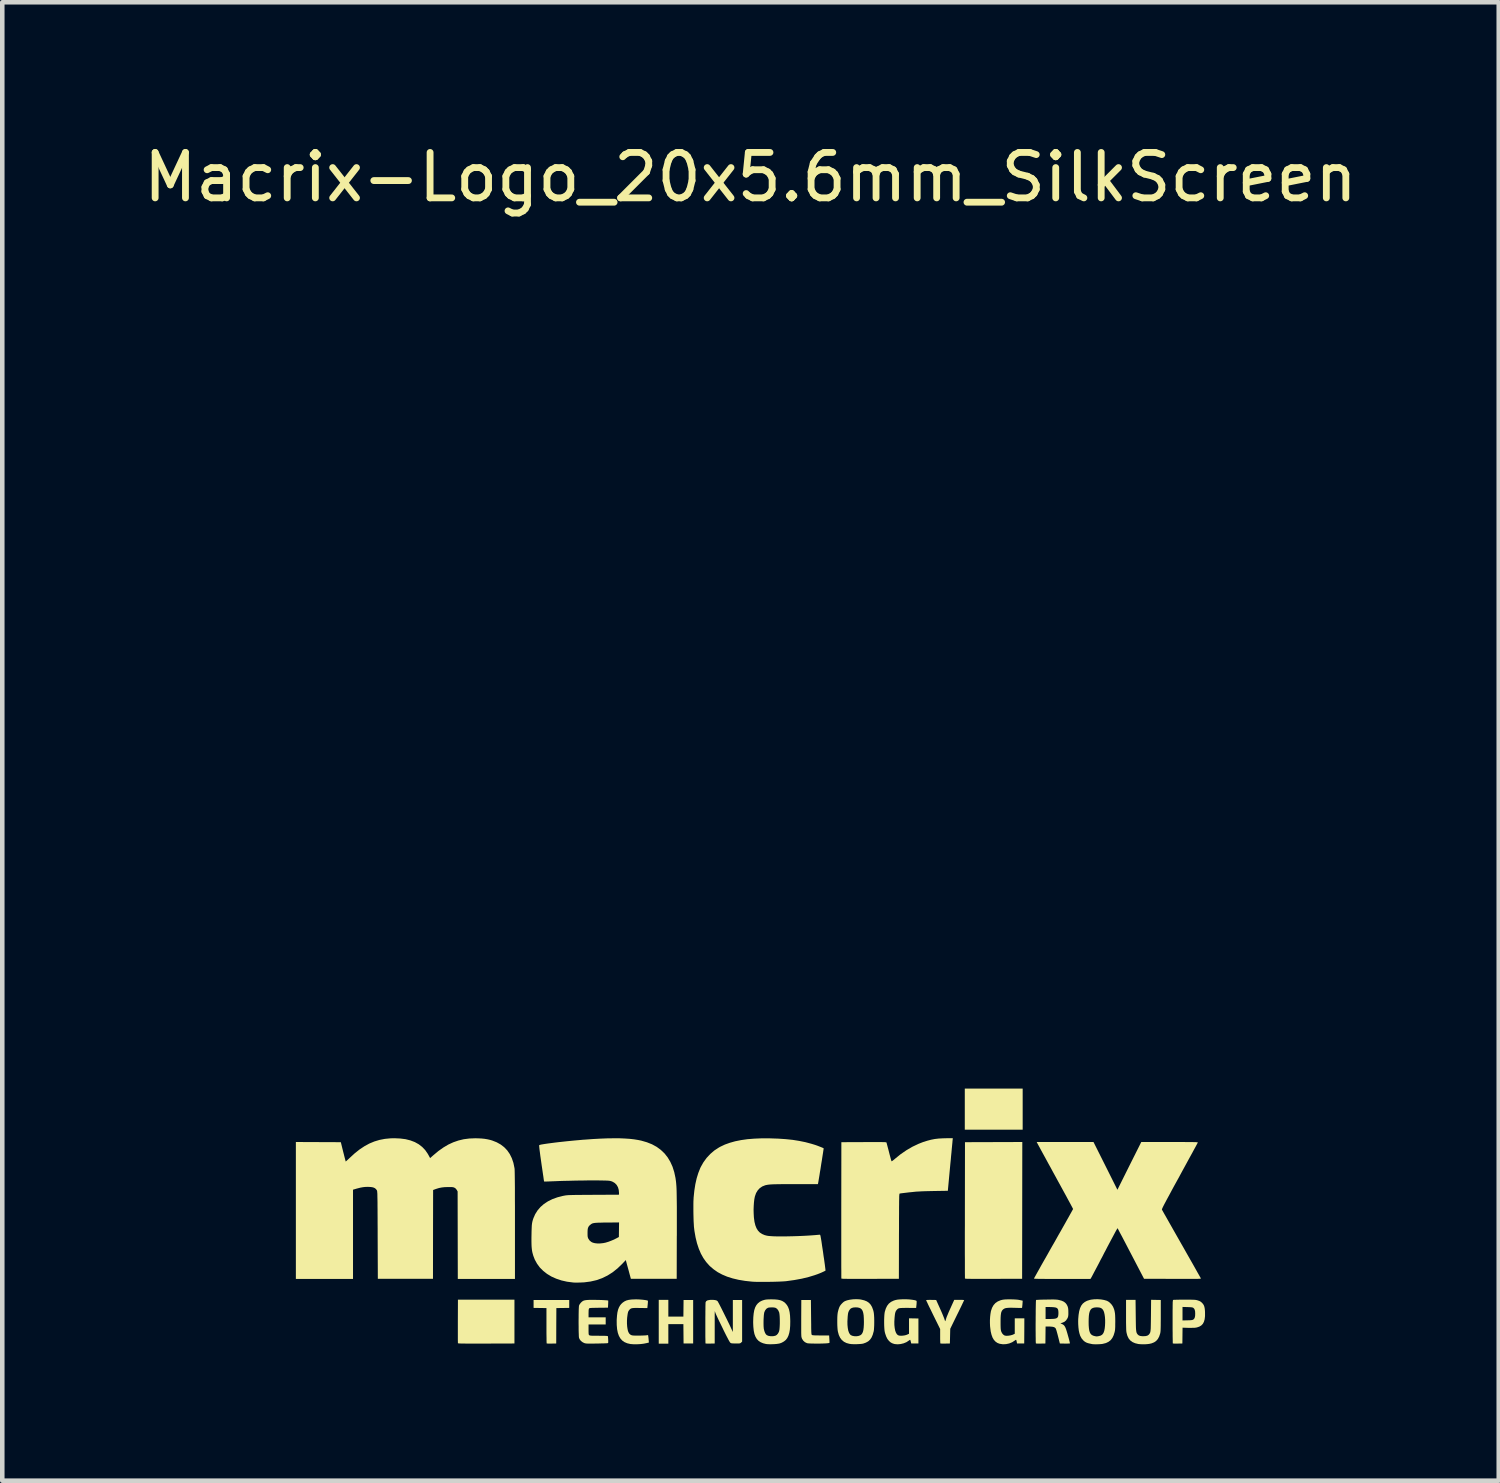
<source format=kicad_pcb>
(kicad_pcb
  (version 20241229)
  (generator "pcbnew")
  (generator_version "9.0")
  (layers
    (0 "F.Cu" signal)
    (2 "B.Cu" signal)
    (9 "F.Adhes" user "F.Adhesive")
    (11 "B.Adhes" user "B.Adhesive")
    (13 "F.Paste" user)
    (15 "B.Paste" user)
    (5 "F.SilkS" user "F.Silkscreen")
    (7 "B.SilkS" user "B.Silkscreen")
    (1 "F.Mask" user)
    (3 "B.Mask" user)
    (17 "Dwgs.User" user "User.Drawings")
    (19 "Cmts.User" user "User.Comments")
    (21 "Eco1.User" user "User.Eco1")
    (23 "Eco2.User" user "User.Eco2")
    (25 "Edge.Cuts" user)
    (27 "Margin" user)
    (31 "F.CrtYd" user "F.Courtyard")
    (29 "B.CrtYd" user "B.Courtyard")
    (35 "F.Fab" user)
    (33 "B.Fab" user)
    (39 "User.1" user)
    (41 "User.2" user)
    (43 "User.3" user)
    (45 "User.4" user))
  (footprint "Macrix-Logo_20x5.6mm_SilkScreen"
    (layer "F.Cu")
    (at 13.458 23.708)
    (property "Reference" "Macrix-Logo_20x5.6mm_SilkScreen" (at 0 -22.86 0) (layer "F.SilkS") (effects (font (size 1 1) (thickness 0.15))))
    (attr exclude_from_pos_files exclude_from_bom allow_missing_courtyard)
    (fp_poly (pts (xy 5.987 -2.361) (xy 5.987 -1.909) (xy 5.35 -1.909) (xy 4.714 -1.909) (xy 4.714 -2.361) (xy 4.714 -2.813) (xy 5.35 -2.813) (xy 5.987 -2.813)) (stroke (width 0) (type solid)) (fill yes) (layer "F.SilkS"))
    (fp_poly (pts (xy -1.807 2.018) (xy -1.807 2.203) (xy -1.642 2.203) (xy -1.476 2.203) (xy -1.474 2.02) (xy -1.472 1.837) (xy -1.367 1.837) (xy -1.261 1.837) (xy -1.261 2.316) (xy -1.261 2.794) (xy -1.367 2.794) (xy -1.472 2.794) (xy -1.474 2.581) (xy -1.476 2.368) (xy -1.642 2.368) (xy -1.807 2.368) (xy -1.807 2.583) (xy -1.807 2.798) (xy -1.913 2.798) (xy -2.018 2.798) (xy -2.018 2.316) (xy -2.018 1.834) (xy -1.913 1.834) (xy -1.807 1.834)) (stroke (width 0) (type solid)) (fill yes) (layer "F.SilkS"))
    (fp_poly (pts (xy -3.987 1.924) (xy -3.987 2.011) (xy -4.128 2.013) (xy -4.27 2.015) (xy -4.272 2.404) (xy -4.273 2.794) (xy -4.376 2.796) (xy -4.413 2.796) (xy -4.446 2.796) (xy -4.469 2.795) (xy -4.482 2.793) (xy -4.483 2.793) (xy -4.484 2.784) (xy -4.485 2.762) (xy -4.486 2.728) (xy -4.486 2.683) (xy -4.487 2.629) (xy -4.488 2.567) (xy -4.488 2.498) (xy -4.488 2.425) (xy -4.488 2.401) (xy -4.488 2.015) (xy -4.629 2.013) (xy -4.771 2.011) (xy -4.771 1.924) (xy -4.771 1.837) (xy -4.379 1.837) (xy -3.987 1.837)) (stroke (width 0) (type solid)) (fill yes) (layer "F.SilkS"))
    (fp_poly (pts (xy -5.192 2.312) (xy -5.192 2.794) (xy -5.812 2.796) (xy -5.927 2.796) (xy -6.028 2.796) (xy -6.116 2.796) (xy -6.191 2.796) (xy -6.254 2.796) (xy -6.306 2.795) (xy -6.348 2.795) (xy -6.381 2.794) (xy -6.405 2.793) (xy -6.422 2.791) (xy -6.431 2.79) (xy -6.435 2.788) (xy -6.435 2.788) (xy -6.436 2.779) (xy -6.436 2.756) (xy -6.437 2.721) (xy -6.437 2.675) (xy -6.437 2.619) (xy -6.437 2.554) (xy -6.437 2.482) (xy -6.437 2.404) (xy -6.437 2.321) (xy -6.437 2.304) (xy -6.435 1.83) (xy -5.813 1.83) (xy -5.192 1.83)) (stroke (width 0) (type solid)) (fill yes) (layer "F.SilkS"))
    (fp_poly (pts (xy 5.977 -0.134) (xy 5.975 1.371) (xy 5.348 1.372) (xy 5.232 1.373) (xy 5.13 1.373) (xy 5.042 1.373) (xy 4.966 1.373) (xy 4.903 1.373) (xy 4.85 1.372) (xy 4.807 1.371) (xy 4.774 1.371) (xy 4.749 1.37) (xy 4.732 1.368) (xy 4.722 1.367) (xy 4.718 1.365) (xy 4.718 1.365) (xy 4.717 1.357) (xy 4.717 1.334) (xy 4.717 1.298) (xy 4.716 1.248) (xy 4.716 1.187) (xy 4.716 1.114) (xy 4.716 1.031) (xy 4.716 0.937) (xy 4.715 0.834) (xy 4.715 0.723) (xy 4.715 0.603) (xy 4.715 0.477) (xy 4.715 0.344) (xy 4.716 0.206) (xy 4.716 0.062) (xy 4.716 -0.085) (xy 4.716 -0.139) (xy 4.718 -1.634) (xy 5.348 -1.636) (xy 5.979 -1.638)) (stroke (width 0) (type solid)) (fill yes) (layer "F.SilkS"))
    (fp_poly (pts (xy 1.333 2.216) (xy 1.334 2.302) (xy 1.335 2.373) (xy 1.335 2.432) (xy 1.336 2.48) (xy 1.337 2.518) (xy 1.338 2.547) (xy 1.34 2.568) (xy 1.341 2.583) (xy 1.343 2.593) (xy 1.346 2.6) (xy 1.349 2.604) (xy 1.351 2.606) (xy 1.359 2.61) (xy 1.372 2.612) (xy 1.393 2.614) (xy 1.423 2.616) (xy 1.464 2.616) (xy 1.517 2.617) (xy 1.548 2.617) (xy 1.73 2.617) (xy 1.735 2.697) (xy 1.737 2.73) (xy 1.738 2.757) (xy 1.738 2.775) (xy 1.737 2.78) (xy 1.725 2.784) (xy 1.701 2.788) (xy 1.667 2.791) (xy 1.624 2.793) (xy 1.575 2.795) (xy 1.522 2.796) (xy 1.468 2.796) (xy 1.415 2.796) (xy 1.364 2.795) (xy 1.319 2.794) (xy 1.282 2.792) (xy 1.254 2.789) (xy 1.242 2.786) (xy 1.198 2.765) (xy 1.161 2.732) (xy 1.134 2.69) (xy 1.13 2.68) (xy 1.127 2.671) (xy 1.124 2.661) (xy 1.121 2.65) (xy 1.119 2.635) (xy 1.118 2.617) (xy 1.117 2.593) (xy 1.116 2.563) (xy 1.116 2.524) (xy 1.116 2.476) (xy 1.116 2.417) (xy 1.116 2.346) (xy 1.116 2.261) (xy 1.116 2.238) (xy 1.118 1.837) (xy 1.224 1.837) (xy 1.329 1.837)) (stroke (width 0) (type solid)) (fill yes) (layer "F.SilkS"))
    (fp_poly (pts (xy 4.629 1.834) (xy 4.662 1.835) (xy 4.685 1.837) (xy 4.698 1.839) (xy 4.699 1.84) (xy 4.696 1.848) (xy 4.687 1.868) (xy 4.672 1.899) (xy 4.653 1.94) (xy 4.63 1.988) (xy 4.603 2.043) (xy 4.574 2.103) (xy 4.546 2.159) (xy 4.394 2.47) (xy 4.39 2.632) (xy 4.386 2.794) (xy 4.284 2.796) (xy 4.247 2.796) (xy 4.214 2.796) (xy 4.19 2.795) (xy 4.178 2.793) (xy 4.177 2.793) (xy 4.175 2.784) (xy 4.174 2.762) (xy 4.173 2.73) (xy 4.172 2.69) (xy 4.172 2.645) (xy 4.172 2.632) (xy 4.172 2.476) (xy 4.017 2.162) (xy 3.986 2.098) (xy 3.957 2.038) (xy 3.93 1.984) (xy 3.907 1.936) (xy 3.889 1.896) (xy 3.874 1.866) (xy 3.866 1.847) (xy 3.863 1.841) (xy 3.87 1.838) (xy 3.891 1.836) (xy 3.925 1.835) (xy 3.969 1.835) (xy 3.973 1.835) (xy 4.084 1.837) (xy 4.169 2.025) (xy 4.192 2.077) (xy 4.214 2.127) (xy 4.233 2.173) (xy 4.249 2.213) (xy 4.261 2.243) (xy 4.267 2.26) (xy 4.274 2.284) (xy 4.28 2.299) (xy 4.285 2.303) (xy 4.285 2.303) (xy 4.289 2.293) (xy 4.296 2.273) (xy 4.303 2.249) (xy 4.309 2.229) (xy 4.321 2.197) (xy 4.338 2.157) (xy 4.357 2.111) (xy 4.379 2.061) (xy 4.399 2.017) (xy 4.482 1.834) (xy 4.591 1.834)) (stroke (width 0) (type solid)) (fill yes) (layer "F.SilkS"))
    (fp_poly (pts (xy 8.918 1.835) (xy 9.025 1.837) (xy 9.025 2.18) (xy 9.025 2.263) (xy 9.024 2.333) (xy 9.024 2.39) (xy 9.023 2.437) (xy 9.022 2.475) (xy 9.021 2.505) (xy 9.019 2.529) (xy 9.017 2.547) (xy 9.014 2.563) (xy 9.012 2.573) (xy 8.99 2.64) (xy 8.962 2.693) (xy 8.925 2.736) (xy 8.879 2.768) (xy 8.822 2.791) (xy 8.775 2.802) (xy 8.734 2.807) (xy 8.684 2.811) (xy 8.631 2.811) (xy 8.58 2.81) (xy 8.537 2.806) (xy 8.53 2.805) (xy 8.46 2.788) (xy 8.401 2.762) (xy 8.354 2.727) (xy 8.317 2.681) (xy 8.29 2.624) (xy 8.273 2.562) (xy 8.27 2.545) (xy 8.267 2.526) (xy 8.265 2.501) (xy 8.264 2.471) (xy 8.263 2.433) (xy 8.262 2.387) (xy 8.261 2.329) (xy 8.261 2.26) (xy 8.261 2.177) (xy 8.261 2.169) (xy 8.261 1.834) (xy 8.366 1.834) (xy 8.47 1.834) (xy 8.474 2.171) (xy 8.475 2.256) (xy 8.476 2.327) (xy 8.477 2.386) (xy 8.478 2.434) (xy 8.48 2.473) (xy 8.483 2.503) (xy 8.486 2.527) (xy 8.49 2.546) (xy 8.495 2.561) (xy 8.501 2.573) (xy 8.509 2.585) (xy 8.514 2.592) (xy 8.537 2.613) (xy 8.568 2.627) (xy 8.611 2.633) (xy 8.641 2.634) (xy 8.691 2.631) (xy 8.728 2.622) (xy 8.756 2.605) (xy 8.768 2.592) (xy 8.777 2.58) (xy 8.784 2.568) (xy 8.79 2.556) (xy 8.795 2.541) (xy 8.798 2.523) (xy 8.801 2.499) (xy 8.804 2.468) (xy 8.805 2.429) (xy 8.806 2.381) (xy 8.807 2.322) (xy 8.808 2.251) (xy 8.809 2.174) (xy 8.812 1.833)) (stroke (width 0) (type solid)) (fill yes) (layer "F.SilkS"))
    (fp_poly (pts (xy -2.471 1.824) (xy -2.423 1.827) (xy -2.377 1.831) (xy -2.334 1.836) (xy -2.299 1.841) (xy -2.272 1.847) (xy -2.258 1.853) (xy -2.256 1.855) (xy -2.256 1.864) (xy -2.257 1.885) (xy -2.259 1.914) (xy -2.261 1.937) (xy -2.269 2.015) (xy -2.436 2.013) (xy -2.494 2.012) (xy -2.54 2.012) (xy -2.576 2.014) (xy -2.602 2.017) (xy -2.622 2.022) (xy -2.638 2.03) (xy -2.651 2.04) (xy -2.664 2.054) (xy -2.668 2.06) (xy -2.681 2.077) (xy -2.691 2.097) (xy -2.698 2.123) (xy -2.704 2.157) (xy -2.71 2.202) (xy -2.713 2.226) (xy -2.717 2.291) (xy -2.717 2.356) (xy -2.713 2.418) (xy -2.705 2.473) (xy -2.695 2.519) (xy -2.684 2.546) (xy -2.667 2.576) (xy -2.647 2.595) (xy -2.633 2.604) (xy -2.621 2.61) (xy -2.608 2.614) (xy -2.593 2.617) (xy -2.573 2.619) (xy -2.544 2.62) (xy -2.505 2.62) (xy -2.466 2.62) (xy -2.419 2.62) (xy -2.375 2.619) (xy -2.336 2.617) (xy -2.307 2.616) (xy -2.292 2.614) (xy -2.253 2.609) (xy -2.249 2.634) (xy -2.246 2.653) (xy -2.243 2.682) (xy -2.24 2.714) (xy -2.24 2.715) (xy -2.235 2.773) (xy -2.283 2.785) (xy -2.348 2.798) (xy -2.421 2.807) (xy -2.497 2.811) (xy -2.571 2.811) (xy -2.636 2.806) (xy -2.644 2.805) (xy -2.712 2.789) (xy -2.771 2.764) (xy -2.821 2.729) (xy -2.862 2.683) (xy -2.894 2.627) (xy -2.918 2.559) (xy -2.934 2.479) (xy -2.942 2.387) (xy -2.943 2.283) (xy -2.942 2.263) (xy -2.936 2.18) (xy -2.927 2.11) (xy -2.913 2.051) (xy -2.894 2.002) (xy -2.87 1.959) (xy -2.845 1.927) (xy -2.81 1.894) (xy -2.772 1.868) (xy -2.73 1.848) (xy -2.68 1.835) (xy -2.621 1.827) (xy -2.55 1.824) (xy -2.519 1.823)) (stroke (width 0) (type solid)) (fill yes) (layer "F.SilkS"))
    (fp_poly (pts (xy 3.42 1.821) (xy 3.486 1.824) (xy 3.548 1.831) (xy 3.602 1.839) (xy 3.618 1.843) (xy 3.64 1.849) (xy 3.651 1.856) (xy 3.655 1.866) (xy 3.655 1.883) (xy 3.654 1.907) (xy 3.652 1.938) (xy 3.649 1.962) (xy 3.644 2.012) (xy 3.462 2.011) (xy 3.4 2.011) (xy 3.352 2.012) (xy 3.314 2.013) (xy 3.286 2.016) (xy 3.264 2.02) (xy 3.248 2.027) (xy 3.235 2.036) (xy 3.223 2.048) (xy 3.213 2.06) (xy 3.2 2.077) (xy 3.191 2.097) (xy 3.183 2.122) (xy 3.177 2.155) (xy 3.172 2.2) (xy 3.169 2.231) (xy 3.164 2.313) (xy 3.165 2.387) (xy 3.172 2.454) (xy 3.183 2.511) (xy 3.2 2.557) (xy 3.221 2.591) (xy 3.246 2.612) (xy 3.275 2.621) (xy 3.313 2.624) (xy 3.356 2.621) (xy 3.4 2.614) (xy 3.439 2.602) (xy 3.443 2.6) (xy 3.487 2.58) (xy 3.487 2.41) (xy 3.487 2.24) (xy 3.59 2.242) (xy 3.694 2.244) (xy 3.694 2.519) (xy 3.694 2.794) (xy 3.615 2.794) (xy 3.536 2.794) (xy 3.527 2.758) (xy 3.521 2.735) (xy 3.516 2.718) (xy 3.515 2.714) (xy 3.508 2.714) (xy 3.494 2.722) (xy 3.483 2.73) (xy 3.43 2.765) (xy 3.369 2.79) (xy 3.303 2.806) (xy 3.238 2.812) (xy 3.176 2.807) (xy 3.155 2.802) (xy 3.113 2.787) (xy 3.079 2.767) (xy 3.047 2.738) (xy 3.045 2.736) (xy 3.012 2.694) (xy 2.985 2.64) (xy 2.963 2.576) (xy 2.954 2.542) (xy 2.948 2.504) (xy 2.944 2.456) (xy 2.941 2.4) (xy 2.94 2.34) (xy 2.94 2.278) (xy 2.942 2.219) (xy 2.945 2.166) (xy 2.95 2.122) (xy 2.954 2.098) (xy 2.976 2.026) (xy 3.005 1.966) (xy 3.043 1.917) (xy 3.091 1.879) (xy 3.149 1.851) (xy 3.19 1.838) (xy 3.234 1.829) (xy 3.29 1.824) (xy 3.353 1.821)) (stroke (width 0) (type solid)) (fill yes) (layer "F.SilkS"))
    (fp_poly (pts (xy -0.777 1.839) (xy -0.743 1.849) (xy -0.724 1.863) (xy -0.718 1.873) (xy -0.705 1.896) (xy -0.687 1.929) (xy -0.666 1.97) (xy -0.641 2.019) (xy -0.614 2.073) (xy -0.585 2.131) (xy -0.555 2.192) (xy -0.525 2.252) (xy -0.496 2.312) (xy -0.468 2.369) (xy -0.443 2.422) (xy -0.422 2.468) (xy -0.388 2.541) (xy -0.388 2.189) (xy -0.388 1.837) (xy -0.286 1.837) (xy -0.184 1.837) (xy -0.184 2.295) (xy -0.184 2.752) (xy -0.205 2.773) (xy -0.214 2.781) (xy -0.223 2.787) (xy -0.235 2.791) (xy -0.253 2.793) (xy -0.279 2.794) (xy -0.317 2.794) (xy -0.322 2.794) (xy -0.364 2.793) (xy -0.394 2.792) (xy -0.414 2.79) (xy -0.429 2.786) (xy -0.44 2.78) (xy -0.447 2.773) (xy -0.456 2.761) (xy -0.468 2.741) (xy -0.484 2.713) (xy -0.503 2.676) (xy -0.528 2.629) (xy -0.557 2.571) (xy -0.592 2.501) (xy -0.606 2.471) (xy -0.637 2.407) (xy -0.667 2.346) (xy -0.695 2.289) (xy -0.719 2.238) (xy -0.739 2.194) (xy -0.755 2.16) (xy -0.765 2.137) (xy -0.768 2.129) (xy -0.777 2.105) (xy -0.783 2.089) (xy -0.786 2.082) (xy -0.786 2.089) (xy -0.786 2.11) (xy -0.787 2.143) (xy -0.787 2.187) (xy -0.787 2.24) (xy -0.787 2.3) (xy -0.787 2.367) (xy -0.787 2.438) (xy -0.787 2.794) (xy -0.885 2.796) (xy -0.922 2.796) (xy -0.954 2.796) (xy -0.977 2.795) (xy -0.988 2.793) (xy -0.989 2.793) (xy -0.99 2.784) (xy -0.991 2.763) (xy -0.991 2.729) (xy -0.992 2.685) (xy -0.993 2.632) (xy -0.993 2.573) (xy -0.993 2.508) (xy -0.993 2.439) (xy -0.993 2.368) (xy -0.993 2.296) (xy -0.993 2.225) (xy -0.992 2.157) (xy -0.992 2.093) (xy -0.991 2.035) (xy -0.991 1.984) (xy -0.99 1.942) (xy -0.989 1.911) (xy -0.988 1.892) (xy -0.987 1.887) (xy -0.975 1.864) (xy -0.952 1.848) (xy -0.916 1.839) (xy -0.886 1.835) (xy -0.825 1.834)) (stroke (width 0) (type solid)) (fill yes) (layer "F.SilkS"))
    (fp_poly (pts (xy 5.78 1.824) (xy 5.834 1.827) (xy 5.881 1.831) (xy 5.915 1.837) (xy 5.945 1.843) (xy 5.969 1.848) (xy 5.984 1.852) (xy 5.987 1.853) (xy 5.987 1.86) (xy 5.986 1.879) (xy 5.984 1.905) (xy 5.982 1.935) (xy 5.979 1.964) (xy 5.976 1.99) (xy 5.974 2.007) (xy 5.972 2.012) (xy 5.965 2.012) (xy 5.945 2.012) (xy 5.914 2.012) (xy 5.875 2.011) (xy 5.83 2.01) (xy 5.819 2.009) (xy 5.753 2.008) (xy 5.699 2.008) (xy 5.657 2.01) (xy 5.624 2.014) (xy 5.598 2.02) (xy 5.578 2.03) (xy 5.56 2.042) (xy 5.554 2.047) (xy 5.538 2.064) (xy 5.526 2.084) (xy 5.516 2.108) (xy 5.51 2.138) (xy 5.505 2.176) (xy 5.502 2.224) (xy 5.501 2.284) (xy 5.501 2.323) (xy 5.501 2.379) (xy 5.502 2.422) (xy 5.503 2.456) (xy 5.505 2.481) (xy 5.508 2.501) (xy 5.512 2.519) (xy 5.515 2.529) (xy 5.533 2.567) (xy 5.558 2.597) (xy 5.587 2.617) (xy 5.6 2.621) (xy 5.631 2.625) (xy 5.67 2.623) (xy 5.712 2.617) (xy 5.751 2.607) (xy 5.771 2.6) (xy 5.813 2.58) (xy 5.813 2.41) (xy 5.813 2.24) (xy 5.919 2.24) (xy 6.024 2.24) (xy 6.023 2.517) (xy 6.021 2.794) (xy 5.942 2.794) (xy 5.863 2.794) (xy 5.857 2.76) (xy 5.851 2.732) (xy 5.846 2.717) (xy 5.839 2.713) (xy 5.828 2.718) (xy 5.815 2.728) (xy 5.757 2.766) (xy 5.691 2.793) (xy 5.622 2.808) (xy 5.552 2.811) (xy 5.486 2.801) (xy 5.483 2.801) (xy 5.432 2.782) (xy 5.39 2.753) (xy 5.354 2.714) (xy 5.325 2.665) (xy 5.302 2.603) (xy 5.284 2.529) (xy 5.273 2.442) (xy 5.27 2.415) (xy 5.267 2.348) (xy 5.267 2.278) (xy 5.271 2.209) (xy 5.278 2.146) (xy 5.287 2.092) (xy 5.29 2.078) (xy 5.314 2.008) (xy 5.346 1.951) (xy 5.388 1.904) (xy 5.439 1.869) (xy 5.501 1.843) (xy 5.539 1.833) (xy 5.571 1.828) (xy 5.615 1.824) (xy 5.667 1.823) (xy 5.723 1.823)) (stroke (width 0) (type solid)) (fill yes) (layer "F.SilkS"))
    (fp_poly (pts (xy 9.615 1.83) (xy 9.668 1.83) (xy 9.711 1.831) (xy 9.743 1.832) (xy 9.769 1.833) (xy 9.789 1.835) (xy 9.806 1.838) (xy 9.821 1.841) (xy 9.837 1.846) (xy 9.841 1.847) (xy 9.876 1.86) (xy 9.902 1.874) (xy 9.926 1.894) (xy 9.932 1.9) (xy 9.955 1.926) (xy 9.972 1.954) (xy 9.984 1.987) (xy 9.992 2.028) (xy 9.997 2.079) (xy 9.998 2.114) (xy 9.998 2.194) (xy 9.99 2.261) (xy 9.974 2.317) (xy 9.95 2.362) (xy 9.916 2.397) (xy 9.873 2.423) (xy 9.819 2.441) (xy 9.801 2.444) (xy 9.775 2.448) (xy 9.737 2.449) (xy 9.69 2.45) (xy 9.639 2.45) (xy 9.63 2.45) (xy 9.504 2.446) (xy 9.502 2.62) (xy 9.5 2.794) (xy 9.397 2.796) (xy 9.36 2.796) (xy 9.327 2.796) (xy 9.304 2.795) (xy 9.291 2.793) (xy 9.29 2.793) (xy 9.289 2.784) (xy 9.288 2.762) (xy 9.288 2.728) (xy 9.287 2.682) (xy 9.286 2.627) (xy 9.286 2.562) (xy 9.285 2.491) (xy 9.285 2.413) (xy 9.285 2.331) (xy 9.285 2.314) (xy 9.285 2.218) (xy 9.285 2.139) (xy 9.503 2.139) (xy 9.503 2.287) (xy 9.611 2.284) (xy 9.656 2.283) (xy 9.689 2.281) (xy 9.711 2.278) (xy 9.727 2.274) (xy 9.739 2.268) (xy 9.74 2.268) (xy 9.759 2.25) (xy 9.772 2.224) (xy 9.78 2.187) (xy 9.782 2.139) (xy 9.782 2.139) (xy 9.78 2.09) (xy 9.772 2.054) (xy 9.759 2.028) (xy 9.74 2.01) (xy 9.74 2.009) (xy 9.728 2.004) (xy 9.713 2) (xy 9.691 1.997) (xy 9.659 1.995) (xy 9.616 1.993) (xy 9.611 1.993) (xy 9.503 1.99) (xy 9.503 2.139) (xy 9.285 2.139) (xy 9.285 2.135) (xy 9.285 2.066) (xy 9.286 2.008) (xy 9.286 1.961) (xy 9.287 1.923) (xy 9.287 1.894) (xy 9.289 1.872) (xy 9.29 1.857) (xy 9.292 1.847) (xy 9.294 1.84) (xy 9.296 1.837) (xy 9.298 1.835) (xy 9.309 1.834) (xy 9.332 1.833) (xy 9.367 1.832) (xy 9.411 1.831) (xy 9.463 1.83) (xy 9.52 1.83) (xy 9.549 1.83)) (stroke (width 0) (type solid)) (fill yes) (layer "F.SilkS"))
    (fp_poly (pts (xy 0.541 1.825) (xy 0.602 1.831) (xy 0.654 1.842) (xy 0.697 1.858) (xy 0.735 1.881) (xy 0.769 1.91) (xy 0.771 1.912) (xy 0.802 1.949) (xy 0.827 1.993) (xy 0.847 2.045) (xy 0.861 2.106) (xy 0.87 2.179) (xy 0.874 2.264) (xy 0.875 2.308) (xy 0.873 2.406) (xy 0.866 2.49) (xy 0.853 2.562) (xy 0.834 2.623) (xy 0.809 2.674) (xy 0.777 2.716) (xy 0.736 2.749) (xy 0.688 2.776) (xy 0.645 2.792) (xy 0.616 2.798) (xy 0.576 2.804) (xy 0.528 2.808) (xy 0.478 2.81) (xy 0.428 2.811) (xy 0.383 2.809) (xy 0.347 2.806) (xy 0.341 2.805) (xy 0.278 2.789) (xy 0.223 2.766) (xy 0.177 2.735) (xy 0.14 2.696) (xy 0.11 2.646) (xy 0.087 2.586) (xy 0.072 2.514) (xy 0.063 2.43) (xy 0.06 2.366) (xy 0.287 2.366) (xy 0.288 2.413) (xy 0.291 2.452) (xy 0.293 2.472) (xy 0.305 2.52) (xy 0.321 2.562) (xy 0.341 2.594) (xy 0.362 2.612) (xy 0.399 2.627) (xy 0.445 2.634) (xy 0.495 2.634) (xy 0.544 2.624) (xy 0.547 2.623) (xy 0.576 2.607) (xy 0.602 2.579) (xy 0.623 2.542) (xy 0.63 2.521) (xy 0.636 2.494) (xy 0.64 2.455) (xy 0.643 2.407) (xy 0.645 2.354) (xy 0.645 2.299) (xy 0.644 2.245) (xy 0.642 2.195) (xy 0.638 2.152) (xy 0.633 2.12) (xy 0.631 2.111) (xy 0.611 2.066) (xy 0.585 2.032) (xy 0.553 2.01) (xy 0.552 2.01) (xy 0.528 2.004) (xy 0.495 2) (xy 0.457 2) (xy 0.421 2.002) (xy 0.392 2.006) (xy 0.382 2.01) (xy 0.35 2.03) (xy 0.324 2.063) (xy 0.304 2.106) (xy 0.304 2.107) (xy 0.299 2.132) (xy 0.294 2.168) (xy 0.291 2.213) (xy 0.288 2.263) (xy 0.287 2.315) (xy 0.287 2.366) (xy 0.06 2.366) (xy 0.059 2.333) (xy 0.059 2.316) (xy 0.062 2.218) (xy 0.07 2.134) (xy 0.083 2.061) (xy 0.103 2) (xy 0.13 1.95) (xy 0.164 1.909) (xy 0.205 1.876) (xy 0.255 1.851) (xy 0.301 1.836) (xy 0.328 1.83) (xy 0.359 1.826) (xy 0.398 1.824) (xy 0.447 1.823) (xy 0.467 1.823)) (stroke (width 0) (type solid)) (fill yes) (layer "F.SilkS"))
    (fp_poly (pts (xy 2.4 1.823) (xy 2.433 1.828) (xy 2.503 1.845) (xy 2.56 1.868) (xy 2.607 1.9) (xy 2.645 1.942) (xy 2.675 1.995) (xy 2.699 2.06) (xy 2.709 2.101) (xy 2.714 2.133) (xy 2.718 2.176) (xy 2.721 2.228) (xy 2.722 2.285) (xy 2.722 2.343) (xy 2.721 2.4) (xy 2.718 2.452) (xy 2.715 2.496) (xy 2.71 2.529) (xy 2.709 2.53) (xy 2.689 2.602) (xy 2.663 2.662) (xy 2.63 2.709) (xy 2.589 2.747) (xy 2.538 2.775) (xy 2.483 2.795) (xy 2.453 2.801) (xy 2.411 2.805) (xy 2.363 2.808) (xy 2.312 2.81) (xy 2.262 2.809) (xy 2.217 2.807) (xy 2.181 2.802) (xy 2.179 2.802) (xy 2.112 2.784) (xy 2.056 2.756) (xy 2.009 2.717) (xy 1.972 2.668) (xy 1.943 2.607) (xy 1.923 2.534) (xy 1.917 2.497) (xy 1.913 2.45) (xy 1.91 2.395) (xy 1.909 2.335) (xy 1.909 2.307) (xy 2.132 2.307) (xy 2.133 2.384) (xy 2.14 2.453) (xy 2.151 2.512) (xy 2.168 2.559) (xy 2.189 2.593) (xy 2.206 2.609) (xy 2.238 2.624) (xy 2.279 2.633) (xy 2.325 2.635) (xy 2.369 2.63) (xy 2.408 2.617) (xy 2.411 2.616) (xy 2.436 2.599) (xy 2.456 2.574) (xy 2.472 2.541) (xy 2.483 2.498) (xy 2.49 2.443) (xy 2.494 2.376) (xy 2.495 2.319) (xy 2.493 2.24) (xy 2.489 2.173) (xy 2.48 2.12) (xy 2.467 2.078) (xy 2.448 2.046) (xy 2.423 2.023) (xy 2.392 2.009) (xy 2.354 2.001) (xy 2.316 1.999) (xy 2.267 2.002) (xy 2.229 2.012) (xy 2.2 2.029) (xy 2.178 2.056) (xy 2.166 2.076) (xy 2.157 2.096) (xy 2.15 2.116) (xy 2.145 2.14) (xy 2.141 2.172) (xy 2.137 2.214) (xy 2.137 2.221) (xy 2.132 2.307) (xy 1.909 2.307) (xy 1.909 2.275) (xy 1.91 2.217) (xy 1.913 2.165) (xy 1.918 2.122) (xy 1.922 2.101) (xy 1.936 2.047) (xy 1.951 2.003) (xy 1.968 1.968) (xy 1.991 1.937) (xy 2.014 1.912) (xy 2.039 1.888) (xy 2.06 1.872) (xy 2.083 1.86) (xy 2.113 1.849) (xy 2.124 1.845) (xy 2.186 1.831) (xy 2.256 1.822) (xy 2.329 1.819)) (stroke (width 0) (type solid)) (fill yes) (layer "F.SilkS"))
    (fp_poly (pts (xy 7.711 1.825) (xy 7.779 1.837) (xy 7.838 1.854) (xy 7.848 1.859) (xy 7.882 1.878) (xy 7.916 1.908) (xy 7.948 1.943) (xy 7.972 1.981) (xy 7.976 1.988) (xy 7.99 2.021) (xy 8.002 2.054) (xy 8.01 2.089) (xy 8.017 2.129) (xy 8.021 2.175) (xy 8.023 2.231) (xy 8.024 2.298) (xy 8.024 2.316) (xy 8.023 2.376) (xy 8.023 2.424) (xy 8.021 2.462) (xy 8.019 2.493) (xy 8.015 2.518) (xy 8.01 2.541) (xy 8.01 2.542) (xy 7.988 2.614) (xy 7.959 2.673) (xy 7.922 2.721) (xy 7.875 2.757) (xy 7.819 2.784) (xy 7.752 2.801) (xy 7.75 2.802) (xy 7.72 2.806) (xy 7.682 2.809) (xy 7.639 2.811) (xy 7.597 2.812) (xy 7.559 2.811) (xy 7.53 2.809) (xy 7.519 2.808) (xy 7.467 2.797) (xy 7.426 2.787) (xy 7.394 2.776) (xy 7.369 2.763) (xy 7.346 2.748) (xy 7.323 2.728) (xy 7.321 2.726) (xy 7.282 2.68) (xy 7.252 2.623) (xy 7.234 2.566) (xy 7.222 2.511) (xy 7.214 2.445) (xy 7.209 2.372) (xy 7.208 2.316) (xy 7.438 2.316) (xy 7.439 2.393) (xy 7.444 2.458) (xy 7.452 2.51) (xy 7.465 2.551) (xy 7.483 2.583) (xy 7.507 2.606) (xy 7.538 2.622) (xy 7.577 2.633) (xy 7.609 2.638) (xy 7.621 2.638) (xy 7.641 2.635) (xy 7.661 2.632) (xy 7.704 2.62) (xy 7.736 2.6) (xy 7.76 2.569) (xy 7.768 2.553) (xy 7.782 2.513) (xy 7.792 2.462) (xy 7.798 2.404) (xy 7.801 2.34) (xy 7.801 2.276) (xy 7.797 2.213) (xy 7.789 2.156) (xy 7.778 2.108) (xy 7.766 2.075) (xy 7.745 2.042) (xy 7.72 2.02) (xy 7.688 2.006) (xy 7.645 2) (xy 7.617 1.999) (xy 7.572 2.002) (xy 7.535 2.011) (xy 7.505 2.026) (xy 7.481 2.051) (xy 7.464 2.084) (xy 7.451 2.128) (xy 7.443 2.184) (xy 7.439 2.252) (xy 7.438 2.316) (xy 7.208 2.316) (xy 7.208 2.298) (xy 7.209 2.257) (xy 7.217 2.165) (xy 7.23 2.085) (xy 7.249 2.018) (xy 7.275 1.962) (xy 7.309 1.917) (xy 7.352 1.882) (xy 7.403 1.855) (xy 7.463 1.836) (xy 7.497 1.829) (xy 7.566 1.821) (xy 7.639 1.82)) (stroke (width 0) (type solid)) (fill yes) (layer "F.SilkS"))
    (fp_poly (pts (xy -3.453 1.834) (xy -3.399 1.835) (xy -3.345 1.836) (xy -3.292 1.837) (xy -3.243 1.839) (xy -3.201 1.842) (xy -3.166 1.844) (xy -3.142 1.847) (xy -3.13 1.849) (xy -3.129 1.85) (xy -3.129 1.858) (xy -3.129 1.878) (xy -3.13 1.906) (xy -3.131 1.929) (xy -3.135 2.006) (xy -3.338 2.008) (xy -3.398 2.009) (xy -3.446 2.01) (xy -3.482 2.011) (xy -3.508 2.012) (xy -3.526 2.014) (xy -3.538 2.016) (xy -3.545 2.019) (xy -3.55 2.023) (xy -3.551 2.025) (xy -3.556 2.037) (xy -3.56 2.059) (xy -3.561 2.091) (xy -3.562 2.129) (xy -3.562 2.218) (xy -3.374 2.218) (xy -3.185 2.218) (xy -3.185 2.297) (xy -3.185 2.376) (xy -3.374 2.376) (xy -3.562 2.376) (xy -3.562 2.488) (xy -3.562 2.532) (xy -3.561 2.563) (xy -3.56 2.584) (xy -3.557 2.597) (xy -3.554 2.605) (xy -3.548 2.611) (xy -3.545 2.613) (xy -3.538 2.616) (xy -3.527 2.619) (xy -3.51 2.621) (xy -3.485 2.623) (xy -3.451 2.624) (xy -3.406 2.624) (xy -3.348 2.624) (xy -3.334 2.624) (xy -3.272 2.625) (xy -3.223 2.625) (xy -3.186 2.626) (xy -3.161 2.628) (xy -3.145 2.63) (xy -3.138 2.632) (xy -3.137 2.634) (xy -3.135 2.645) (xy -3.133 2.668) (xy -3.131 2.697) (xy -3.13 2.712) (xy -3.129 2.745) (xy -3.129 2.767) (xy -3.131 2.779) (xy -3.136 2.785) (xy -3.139 2.786) (xy -3.149 2.788) (xy -3.173 2.789) (xy -3.208 2.791) (xy -3.252 2.792) (xy -3.303 2.793) (xy -3.359 2.795) (xy -3.385 2.795) (xy -3.451 2.796) (xy -3.504 2.796) (xy -3.546 2.796) (xy -3.578 2.796) (xy -3.602 2.795) (xy -3.621 2.793) (xy -3.636 2.79) (xy -3.648 2.787) (xy -3.66 2.783) (xy -3.698 2.763) (xy -3.733 2.734) (xy -3.759 2.699) (xy -3.771 2.671) (xy -3.774 2.656) (xy -3.776 2.627) (xy -3.777 2.587) (xy -3.779 2.538) (xy -3.78 2.482) (xy -3.78 2.421) (xy -3.781 2.356) (xy -3.781 2.291) (xy -3.78 2.226) (xy -3.78 2.163) (xy -3.779 2.106) (xy -3.778 2.055) (xy -3.776 2.012) (xy -3.774 1.981) (xy -3.772 1.961) (xy -3.771 1.959) (xy -3.758 1.932) (xy -3.736 1.903) (xy -3.727 1.893) (xy -3.708 1.875) (xy -3.689 1.861) (xy -3.669 1.851) (xy -3.644 1.844) (xy -3.612 1.839) (xy -3.573 1.836) (xy -3.522 1.834) (xy -3.459 1.834)) (stroke (width 0) (type solid)) (fill yes) (layer "F.SilkS"))
    (fp_poly (pts (xy 4.446 -1.677) (xy 4.444 -1.663) (xy 4.442 -1.634) (xy 4.438 -1.594) (xy 4.433 -1.542) (xy 4.427 -1.481) (xy 4.421 -1.411) (xy 4.413 -1.334) (xy 4.406 -1.251) (xy 4.397 -1.164) (xy 4.391 -1.099) (xy 4.341 -0.565) (xy 4.036 -0.56) (xy 3.937 -0.558) (xy 3.847 -0.556) (xy 3.766 -0.553) (xy 3.696 -0.549) (xy 3.64 -0.546) (xy 3.611 -0.543) (xy 3.546 -0.536) (xy 3.484 -0.53) (xy 3.427 -0.523) (xy 3.377 -0.517) (xy 3.335 -0.512) (xy 3.304 -0.508) (xy 3.285 -0.504) (xy 3.281 -0.504) (xy 3.279 -0.502) (xy 3.278 -0.5) (xy 3.276 -0.494) (xy 3.275 -0.486) (xy 3.274 -0.473) (xy 3.272 -0.456) (xy 3.271 -0.433) (xy 3.271 -0.404) (xy 3.27 -0.367) (xy 3.269 -0.323) (xy 3.269 -0.27) (xy 3.268 -0.207) (xy 3.268 -0.135) (xy 3.268 -0.051) (xy 3.267 0.045) (xy 3.267 0.153) (xy 3.267 0.274) (xy 3.266 0.41) (xy 3.266 0.435) (xy 3.264 1.371) (xy 2.634 1.372) (xy 2.517 1.373) (xy 2.415 1.373) (xy 2.326 1.373) (xy 2.25 1.373) (xy 2.186 1.373) (xy 2.133 1.372) (xy 2.09 1.371) (xy 2.056 1.371) (xy 2.031 1.37) (xy 2.014 1.368) (xy 2.003 1.367) (xy 1.999 1.365) (xy 1.999 1.365) (xy 1.999 1.357) (xy 1.998 1.334) (xy 1.998 1.298) (xy 1.998 1.248) (xy 1.998 1.187) (xy 1.997 1.114) (xy 1.997 1.031) (xy 1.997 0.937) (xy 1.997 0.834) (xy 1.997 0.723) (xy 1.997 0.603) (xy 1.997 0.477) (xy 1.997 0.344) (xy 1.997 0.206) (xy 1.997 0.062) (xy 1.997 -0.085) (xy 1.997 -0.139) (xy 1.999 -1.634) (xy 2.494 -1.636) (xy 2.592 -1.636) (xy 2.677 -1.637) (xy 2.749 -1.637) (xy 2.809 -1.637) (xy 2.858 -1.637) (xy 2.897 -1.636) (xy 2.928 -1.635) (xy 2.951 -1.635) (xy 2.968 -1.633) (xy 2.979 -1.632) (xy 2.987 -1.63) (xy 2.99 -1.628) (xy 2.992 -1.625) (xy 2.992 -1.625) (xy 2.995 -1.614) (xy 3.001 -1.591) (xy 3.01 -1.557) (xy 3.021 -1.515) (xy 3.034 -1.467) (xy 3.047 -1.416) (xy 3.06 -1.364) (xy 3.073 -1.316) (xy 3.084 -1.275) (xy 3.093 -1.243) (xy 3.1 -1.222) (xy 3.103 -1.214) (xy 3.11 -1.216) (xy 3.127 -1.227) (xy 3.149 -1.244) (xy 3.177 -1.267) (xy 3.181 -1.271) (xy 3.302 -1.369) (xy 3.43 -1.457) (xy 3.562 -1.534) (xy 3.697 -1.598) (xy 3.799 -1.638) (xy 3.889 -1.666) (xy 3.972 -1.688) (xy 4.054 -1.704) (xy 4.138 -1.714) (xy 4.23 -1.719) (xy 4.309 -1.721) (xy 4.45 -1.721)) (stroke (width 0) (type solid)) (fill yes) (layer "F.SilkS"))
    (fp_poly (pts (xy 6.667 1.826) (xy 6.701 1.827) (xy 6.729 1.829) (xy 6.753 1.831) (xy 6.774 1.835) (xy 6.785 1.837) (xy 6.845 1.853) (xy 6.893 1.875) (xy 6.929 1.904) (xy 6.949 1.927) (xy 6.966 1.957) (xy 6.979 1.986) (xy 6.987 2.02) (xy 6.991 2.06) (xy 6.992 2.112) (xy 6.992 2.112) (xy 6.992 2.151) (xy 6.99 2.178) (xy 6.987 2.199) (xy 6.982 2.217) (xy 6.974 2.236) (xy 6.97 2.243) (xy 6.942 2.286) (xy 6.904 2.318) (xy 6.857 2.338) (xy 6.853 2.339) (xy 6.817 2.348) (xy 6.854 2.367) (xy 6.874 2.377) (xy 6.89 2.389) (xy 6.904 2.404) (xy 6.917 2.424) (xy 6.93 2.45) (xy 6.943 2.484) (xy 6.957 2.529) (xy 6.974 2.586) (xy 6.981 2.612) (xy 6.995 2.661) (xy 7.007 2.705) (xy 7.016 2.742) (xy 7.023 2.771) (xy 7.026 2.788) (xy 7.026 2.792) (xy 7.017 2.794) (xy 6.996 2.795) (xy 6.965 2.796) (xy 6.928 2.796) (xy 6.913 2.796) (xy 6.805 2.794) (xy 6.765 2.636) (xy 6.752 2.586) (xy 6.74 2.542) (xy 6.729 2.504) (xy 6.719 2.476) (xy 6.712 2.461) (xy 6.711 2.459) (xy 6.695 2.444) (xy 6.673 2.433) (xy 6.642 2.426) (xy 6.6 2.422) (xy 6.569 2.421) (xy 6.491 2.421) (xy 6.489 2.607) (xy 6.487 2.794) (xy 6.385 2.796) (xy 6.348 2.796) (xy 6.315 2.796) (xy 6.291 2.795) (xy 6.279 2.793) (xy 6.278 2.793) (xy 6.277 2.784) (xy 6.275 2.762) (xy 6.274 2.728) (xy 6.274 2.683) (xy 6.273 2.63) (xy 6.273 2.57) (xy 6.272 2.504) (xy 6.272 2.434) (xy 6.272 2.361) (xy 6.273 2.287) (xy 6.273 2.214) (xy 6.274 2.143) (xy 6.274 2.124) (xy 6.491 2.124) (xy 6.491 2.255) (xy 6.587 2.255) (xy 6.627 2.254) (xy 6.664 2.252) (xy 6.693 2.249) (xy 6.712 2.245) (xy 6.713 2.245) (xy 6.738 2.235) (xy 6.756 2.219) (xy 6.767 2.195) (xy 6.772 2.162) (xy 6.774 2.124) (xy 6.772 2.083) (xy 6.767 2.052) (xy 6.756 2.029) (xy 6.737 2.012) (xy 6.71 2.002) (xy 6.671 1.996) (xy 6.621 1.993) (xy 6.587 1.992) (xy 6.491 1.992) (xy 6.491 2.124) (xy 6.274 2.124) (xy 6.274 2.076) (xy 6.275 2.014) (xy 6.276 1.959) (xy 6.277 1.912) (xy 6.278 1.875) (xy 6.28 1.85) (xy 6.281 1.838) (xy 6.281 1.837) (xy 6.291 1.835) (xy 6.314 1.834) (xy 6.347 1.832) (xy 6.39 1.83) (xy 6.44 1.829) (xy 6.495 1.828) (xy 6.506 1.828) (xy 6.572 1.827) (xy 6.625 1.826)) (stroke (width 0) (type solid)) (fill yes) (layer "F.SilkS"))
    (fp_poly (pts (xy -7.705 -1.715) (xy -7.587 -1.7) (xy -7.48 -1.673) (xy -7.383 -1.636) (xy -7.297 -1.588) (xy -7.221 -1.529) (xy -7.155 -1.46) (xy -7.099 -1.379) (xy -7.082 -1.349) (xy -7.047 -1.284) (xy -6.978 -1.345) (xy -6.867 -1.438) (xy -6.757 -1.516) (xy -6.648 -1.581) (xy -6.537 -1.632) (xy -6.424 -1.671) (xy -6.307 -1.699) (xy -6.184 -1.715) (xy -6.054 -1.72) (xy -5.998 -1.719) (xy -5.917 -1.715) (xy -5.847 -1.708) (xy -5.783 -1.697) (xy -5.722 -1.683) (xy -5.682 -1.671) (xy -5.583 -1.632) (xy -5.495 -1.583) (xy -5.418 -1.524) (xy -5.351 -1.454) (xy -5.295 -1.373) (xy -5.25 -1.282) (xy -5.215 -1.18) (xy -5.192 -1.068) (xy -5.189 -1.048) (xy -5.188 -1.031) (xy -5.187 -1) (xy -5.186 -0.955) (xy -5.185 -0.895) (xy -5.184 -0.821) (xy -5.183 -0.732) (xy -5.182 -0.629) (xy -5.182 -0.51) (xy -5.182 -0.377) (xy -5.181 -0.23) (xy -5.181 -0.067) (xy -5.181 0.111) (xy -5.181 0.193) (xy -5.181 1.374) (xy -5.81 1.374) (xy -6.438 1.374) (xy -6.44 0.412) (xy -6.442 -0.55) (xy -6.459 -0.582) (xy -6.485 -0.615) (xy -6.508 -0.631) (xy -6.522 -0.637) (xy -6.536 -0.642) (xy -6.553 -0.645) (xy -6.576 -0.647) (xy -6.608 -0.647) (xy -6.653 -0.647) (xy -6.653 -0.647) (xy -6.727 -0.645) (xy -6.791 -0.638) (xy -6.851 -0.626) (xy -6.913 -0.607) (xy -6.941 -0.597) (xy -6.981 -0.582) (xy -6.983 0.394) (xy -6.984 1.371) (xy -7.591 1.371) (xy -8.197 1.371) (xy -8.201 0.41) (xy -8.201 0.27) (xy -8.202 0.144) (xy -8.202 0.031) (xy -8.203 -0.069) (xy -8.203 -0.157) (xy -8.204 -0.234) (xy -8.204 -0.301) (xy -8.205 -0.358) (xy -8.206 -0.406) (xy -8.207 -0.446) (xy -8.207 -0.479) (xy -8.208 -0.506) (xy -8.21 -0.527) (xy -8.211 -0.543) (xy -8.212 -0.554) (xy -8.214 -0.563) (xy -8.215 -0.569) (xy -8.217 -0.573) (xy -8.217 -0.573) (xy -8.238 -0.603) (xy -8.266 -0.625) (xy -8.302 -0.64) (xy -8.349 -0.648) (xy -8.408 -0.651) (xy -8.417 -0.651) (xy -8.473 -0.65) (xy -8.525 -0.644) (xy -8.58 -0.634) (xy -8.642 -0.618) (xy -8.662 -0.613) (xy -8.743 -0.589) (xy -8.743 0.393) (xy -8.743 1.374) (xy -9.372 1.374) (xy -10 1.374) (xy -10 -0.132) (xy -10 -1.638) (xy -9.506 -1.636) (xy -9.011 -1.634) (xy -8.959 -1.423) (xy -8.945 -1.369) (xy -8.933 -1.32) (xy -8.922 -1.278) (xy -8.913 -1.244) (xy -8.907 -1.221) (xy -8.904 -1.21) (xy -8.904 -1.209) (xy -8.898 -1.213) (xy -8.883 -1.226) (xy -8.861 -1.246) (xy -8.834 -1.271) (xy -8.816 -1.288) (xy -8.707 -1.388) (xy -8.599 -1.474) (xy -8.492 -1.545) (xy -8.384 -1.604) (xy -8.273 -1.65) (xy -8.16 -1.684) (xy -8.041 -1.707) (xy -7.917 -1.719) (xy -7.833 -1.721)) (stroke (width 0) (type solid)) (fill yes) (layer "F.SilkS"))
    (fp_poly (pts (xy 0.426 -1.719) (xy 0.436 -1.718) (xy 0.612 -1.712) (xy 0.775 -1.701) (xy 0.928 -1.685) (xy 1.072 -1.662) (xy 1.209 -1.634) (xy 1.34 -1.599) (xy 1.416 -1.576) (xy 1.445 -1.566) (xy 1.479 -1.554) (xy 1.514 -1.54) (xy 1.548 -1.527) (xy 1.577 -1.515) (xy 1.599 -1.505) (xy 1.609 -1.499) (xy 1.61 -1.499) (xy 1.609 -1.492) (xy 1.606 -1.471) (xy 1.601 -1.439) (xy 1.595 -1.397) (xy 1.587 -1.347) (xy 1.578 -1.29) (xy 1.569 -1.229) (xy 1.558 -1.165) (xy 1.548 -1.099) (xy 1.538 -1.034) (xy 1.527 -0.971) (xy 1.518 -0.911) (xy 1.509 -0.858) (xy 1.501 -0.811) (xy 1.495 -0.773) (xy 1.49 -0.745) (xy 1.487 -0.73) (xy 1.487 -0.729) (xy 1.483 -0.712) (xy 0.979 -0.712) (xy 0.871 -0.712) (xy 0.776 -0.711) (xy 0.695 -0.711) (xy 0.624 -0.71) (xy 0.565 -0.709) (xy 0.514 -0.708) (xy 0.472 -0.706) (xy 0.436 -0.704) (xy 0.406 -0.701) (xy 0.381 -0.698) (xy 0.359 -0.694) (xy 0.339 -0.69) (xy 0.323 -0.686) (xy 0.258 -0.66) (xy 0.204 -0.623) (xy 0.159 -0.574) (xy 0.123 -0.515) (xy 0.098 -0.444) (xy 0.095 -0.433) (xy 0.084 -0.376) (xy 0.076 -0.307) (xy 0.071 -0.231) (xy 0.068 -0.15) (xy 0.07 -0.07) (xy 0.074 0.008) (xy 0.076 0.03) (xy 0.088 0.119) (xy 0.107 0.195) (xy 0.132 0.258) (xy 0.164 0.31) (xy 0.205 0.353) (xy 0.254 0.385) (xy 0.312 0.41) (xy 0.359 0.422) (xy 0.394 0.428) (xy 0.442 0.432) (xy 0.502 0.436) (xy 0.573 0.438) (xy 0.652 0.439) (xy 0.739 0.439) (xy 0.832 0.437) (xy 0.928 0.435) (xy 1.027 0.432) (xy 1.128 0.428) (xy 1.228 0.423) (xy 1.325 0.417) (xy 1.42 0.41) (xy 1.509 0.402) (xy 1.524 0.401) (xy 1.528 0.401) (xy 1.531 0.404) (xy 1.534 0.41) (xy 1.538 0.421) (xy 1.542 0.438) (xy 1.546 0.462) (xy 1.552 0.495) (xy 1.559 0.536) (xy 1.567 0.589) (xy 1.576 0.653) (xy 1.588 0.73) (xy 1.597 0.791) (xy 1.607 0.866) (xy 1.618 0.936) (xy 1.627 1.001) (xy 1.635 1.058) (xy 1.641 1.107) (xy 1.646 1.146) (xy 1.649 1.173) (xy 1.651 1.187) (xy 1.651 1.189) (xy 1.641 1.196) (xy 1.62 1.207) (xy 1.59 1.221) (xy 1.553 1.238) (xy 1.511 1.255) (xy 1.467 1.272) (xy 1.423 1.287) (xy 1.419 1.289) (xy 1.281 1.331) (xy 1.129 1.368) (xy 0.966 1.398) (xy 0.793 1.422) (xy 0.776 1.424) (xy 0.737 1.427) (xy 0.685 1.43) (xy 0.624 1.433) (xy 0.555 1.435) (xy 0.482 1.437) (xy 0.406 1.438) (xy 0.33 1.439) (xy 0.256 1.439) (xy 0.188 1.439) (xy 0.127 1.438) (xy 0.076 1.436) (xy 0.038 1.434) (xy 0.038 1.434) (xy -0.119 1.417) (xy -0.262 1.393) (xy -0.393 1.362) (xy -0.513 1.324) (xy -0.622 1.278) (xy -0.721 1.225) (xy -0.81 1.163) (xy -0.891 1.094) (xy -0.904 1.081) (xy -0.975 1.002) (xy -1.037 0.914) (xy -1.091 0.817) (xy -1.137 0.709) (xy -1.176 0.591) (xy -1.208 0.46) (xy -1.233 0.317) (xy -1.239 0.267) (xy -1.244 0.224) (xy -1.247 0.168) (xy -1.251 0.102) (xy -1.253 0.03) (xy -1.255 -0.046) (xy -1.256 -0.123) (xy -1.256 -0.199) (xy -1.256 -0.271) (xy -1.255 -0.336) (xy -1.252 -0.39) (xy -1.251 -0.415) (xy -1.235 -0.569) (xy -1.213 -0.71) (xy -1.184 -0.839) (xy -1.148 -0.956) (xy -1.106 -1.062) (xy -1.096 -1.084) (xy -1.037 -1.189) (xy -0.966 -1.287) (xy -0.884 -1.375) (xy -0.793 -1.453) (xy -0.693 -1.518) (xy -0.662 -1.535) (xy -0.563 -1.582) (xy -0.454 -1.621) (xy -0.336 -1.654) (xy -0.207 -1.68) (xy -0.067 -1.7) (xy 0.085 -1.712) (xy 0.249 -1.719)) (stroke (width 0) (type solid)) (fill yes) (layer "F.SilkS"))
    (fp_poly (pts (xy 7.808 -1.113) (xy 8.071 -0.587) (xy 8.333 -1.113) (xy 8.596 -1.638) (xy 9.22 -1.638) (xy 9.332 -1.638) (xy 9.429 -1.638) (xy 9.513 -1.638) (xy 9.585 -1.637) (xy 9.646 -1.637) (xy 9.697 -1.637) (xy 9.738 -1.636) (xy 9.77 -1.635) (xy 9.795 -1.635) (xy 9.813 -1.633) (xy 9.826 -1.632) (xy 9.834 -1.631) (xy 9.838 -1.629) (xy 9.839 -1.627) (xy 9.839 -1.625) (xy 9.835 -1.617) (xy 9.824 -1.597) (xy 9.807 -1.565) (xy 9.784 -1.522) (xy 9.755 -1.47) (xy 9.722 -1.408) (xy 9.684 -1.339) (xy 9.642 -1.263) (xy 9.597 -1.18) (xy 9.549 -1.092) (xy 9.498 -0.999) (xy 9.446 -0.903) (xy 9.439 -0.889) (xy 9.375 -0.773) (xy 9.318 -0.67) (xy 9.268 -0.578) (xy 9.225 -0.497) (xy 9.187 -0.427) (xy 9.154 -0.366) (xy 9.127 -0.315) (xy 9.104 -0.272) (xy 9.086 -0.237) (xy 9.072 -0.209) (xy 9.062 -0.187) (xy 9.055 -0.171) (xy 9.051 -0.16) (xy 9.05 -0.153) (xy 9.05 -0.151) (xy 9.055 -0.142) (xy 9.066 -0.122) (xy 9.084 -0.09) (xy 9.108 -0.047) (xy 9.138 0.005) (xy 9.173 0.067) (xy 9.212 0.136) (xy 9.255 0.212) (xy 9.302 0.295) (xy 9.352 0.383) (xy 9.405 0.476) (xy 9.46 0.573) (xy 9.48 0.608) (xy 9.536 0.706) (xy 9.589 0.8) (xy 9.64 0.89) (xy 9.688 0.974) (xy 9.733 1.053) (xy 9.773 1.124) (xy 9.809 1.188) (xy 9.84 1.244) (xy 9.866 1.289) (xy 9.886 1.325) (xy 9.9 1.349) (xy 9.907 1.362) (xy 9.907 1.363) (xy 9.907 1.365) (xy 9.903 1.367) (xy 9.895 1.368) (xy 9.881 1.37) (xy 9.862 1.371) (xy 9.836 1.372) (xy 9.801 1.372) (xy 9.758 1.373) (xy 9.705 1.373) (xy 9.641 1.373) (xy 9.566 1.373) (xy 9.479 1.373) (xy 9.378 1.373) (xy 9.284 1.372) (xy 8.657 1.371) (xy 8.368 0.817) (xy 8.324 0.733) (xy 8.282 0.652) (xy 8.242 0.575) (xy 8.205 0.505) (xy 8.172 0.441) (xy 8.142 0.386) (xy 8.117 0.339) (xy 8.098 0.302) (xy 8.084 0.275) (xy 8.076 0.261) (xy 8.074 0.258) (xy 8.07 0.264) (xy 8.059 0.282) (xy 8.042 0.311) (xy 8.02 0.351) (xy 7.994 0.4) (xy 7.963 0.458) (xy 7.928 0.523) (xy 7.89 0.595) (xy 7.849 0.672) (xy 7.807 0.754) (xy 7.786 0.792) (xy 7.743 0.877) (xy 7.7 0.957) (xy 7.661 1.034) (xy 7.624 1.104) (xy 7.59 1.168) (xy 7.56 1.224) (xy 7.535 1.272) (xy 7.515 1.31) (xy 7.501 1.336) (xy 7.492 1.351) (xy 7.491 1.354) (xy 7.477 1.374) (xy 6.856 1.374) (xy 6.734 1.374) (xy 6.627 1.374) (xy 6.535 1.374) (xy 6.455 1.373) (xy 6.389 1.373) (xy 6.335 1.372) (xy 6.293 1.371) (xy 6.263 1.37) (xy 6.244 1.368) (xy 6.236 1.367) (xy 6.235 1.366) (xy 6.239 1.359) (xy 6.249 1.339) (xy 6.267 1.308) (xy 6.29 1.266) (xy 6.319 1.214) (xy 6.353 1.154) (xy 6.391 1.085) (xy 6.434 1.009) (xy 6.481 0.927) (xy 6.531 0.839) (xy 6.583 0.746) (xy 6.638 0.649) (xy 6.666 0.601) (xy 6.722 0.502) (xy 6.775 0.407) (xy 6.827 0.317) (xy 6.875 0.231) (xy 6.92 0.152) (xy 6.96 0.08) (xy 6.997 0.015) (xy 7.028 -0.041) (xy 7.054 -0.087) (xy 7.074 -0.124) (xy 7.088 -0.149) (xy 7.095 -0.163) (xy 7.096 -0.165) (xy 7.092 -0.172) (xy 7.082 -0.192) (xy 7.065 -0.224) (xy 7.043 -0.266) (xy 7.015 -0.317) (xy 6.982 -0.378) (xy 6.945 -0.447) (xy 6.904 -0.522) (xy 6.859 -0.604) (xy 6.811 -0.692) (xy 6.761 -0.783) (xy 6.71 -0.877) (xy 6.657 -0.973) (xy 6.607 -1.066) (xy 6.558 -1.154) (xy 6.513 -1.237) (xy 6.471 -1.314) (xy 6.432 -1.385) (xy 6.398 -1.447) (xy 6.369 -1.501) (xy 6.345 -1.545) (xy 6.327 -1.578) (xy 6.315 -1.6) (xy 6.31 -1.61) (xy 6.295 -1.638) (xy 6.92 -1.638) (xy 7.545 -1.638)) (stroke (width 0) (type solid)) (fill yes) (layer "F.SilkS"))
    (fp_poly (pts (xy -2.886 -1.72) (xy -2.769 -1.715) (xy -2.661 -1.708) (xy -2.562 -1.697) (xy -2.47 -1.682) (xy -2.402 -1.668) (xy -2.278 -1.632) (xy -2.165 -1.587) (xy -2.063 -1.531) (xy -1.973 -1.465) (xy -1.892 -1.388) (xy -1.823 -1.301) (xy -1.764 -1.203) (xy -1.715 -1.095) (xy -1.677 -0.975) (xy -1.65 -0.849) (xy -1.646 -0.821) (xy -1.642 -0.793) (xy -1.638 -0.764) (xy -1.635 -0.732) (xy -1.632 -0.697) (xy -1.629 -0.659) (xy -1.627 -0.616) (xy -1.625 -0.567) (xy -1.624 -0.512) (xy -1.623 -0.449) (xy -1.622 -0.379) (xy -1.621 -0.299) (xy -1.62 -0.21) (xy -1.62 -0.11) (xy -1.62 0.002) (xy -1.62 0.126) (xy -1.62 0.263) (xy -1.62 0.414) (xy -1.621 0.441) (xy -1.623 1.371) (xy -2.127 1.371) (xy -2.631 1.371) (xy -2.667 1.239) (xy -2.68 1.19) (xy -2.694 1.139) (xy -2.707 1.092) (xy -2.718 1.052) (xy -2.723 1.033) (xy -2.743 0.959) (xy -2.822 1.043) (xy -2.925 1.142) (xy -3.033 1.228) (xy -3.145 1.299) (xy -3.264 1.357) (xy -3.388 1.401) (xy -3.519 1.431) (xy -3.658 1.449) (xy -3.746 1.453) (xy -3.79 1.454) (xy -3.832 1.454) (xy -3.867 1.454) (xy -3.893 1.453) (xy -3.901 1.452) (xy -4.034 1.435) (xy -4.158 1.407) (xy -4.274 1.368) (xy -4.379 1.321) (xy -4.475 1.263) (xy -4.559 1.197) (xy -4.633 1.123) (xy -4.695 1.039) (xy -4.745 0.948) (xy -4.778 0.862) (xy -4.789 0.823) (xy -4.799 0.785) (xy -4.806 0.746) (xy -4.811 0.705) (xy -4.815 0.658) (xy -4.817 0.605) (xy -4.818 0.542) (xy -4.818 0.467) (xy -4.817 0.414) (xy -4.816 0.362) (xy -3.584 0.362) (xy -3.584 0.402) (xy -3.583 0.43) (xy -3.58 0.451) (xy -3.575 0.468) (xy -3.568 0.485) (xy -3.565 0.491) (xy -3.537 0.531) (xy -3.498 0.562) (xy -3.468 0.576) (xy -3.421 0.588) (xy -3.365 0.594) (xy -3.303 0.593) (xy -3.24 0.586) (xy -3.189 0.576) (xy -3.12 0.555) (xy -3.045 0.526) (xy -2.972 0.492) (xy -2.956 0.484) (xy -2.895 0.452) (xy -2.893 0.291) (xy -2.891 0.131) (xy -3.161 0.134) (xy -3.237 0.134) (xy -3.3 0.136) (xy -3.351 0.137) (xy -3.392 0.139) (xy -3.425 0.142) (xy -3.45 0.146) (xy -3.471 0.151) (xy -3.488 0.158) (xy -3.503 0.167) (xy -3.517 0.178) (xy -3.527 0.186) (xy -3.55 0.207) (xy -3.565 0.23) (xy -3.576 0.257) (xy -3.582 0.292) (xy -3.584 0.338) (xy -3.584 0.362) (xy -4.816 0.362) (xy -4.816 0.342) (xy -4.814 0.282) (xy -4.812 0.234) (xy -4.81 0.194) (xy -4.806 0.16) (xy -4.801 0.13) (xy -4.795 0.103) (xy -4.787 0.075) (xy -4.777 0.045) (xy -4.776 0.041) (xy -4.736 -0.05) (xy -4.684 -0.133) (xy -4.62 -0.208) (xy -4.543 -0.275) (xy -4.455 -0.333) (xy -4.356 -0.382) (xy -4.245 -0.422) (xy -4.123 -0.453) (xy -4.101 -0.457) (xy -4.085 -0.46) (xy -4.069 -0.463) (xy -4.052 -0.465) (xy -4.033 -0.467) (xy -4.01 -0.469) (xy -3.984 -0.47) (xy -3.951 -0.471) (xy -3.912 -0.472) (xy -3.866 -0.473) (xy -3.81 -0.474) (xy -3.744 -0.474) (xy -3.666 -0.475) (xy -3.576 -0.475) (xy -3.472 -0.476) (xy -3.455 -0.476) (xy -2.892 -0.479) (xy -2.892 -0.516) (xy -2.898 -0.584) (xy -2.915 -0.643) (xy -2.944 -0.694) (xy -2.983 -0.734) (xy -3.033 -0.764) (xy -3.057 -0.774) (xy -3.072 -0.778) (xy -3.087 -0.782) (xy -3.104 -0.785) (xy -3.125 -0.787) (xy -3.152 -0.789) (xy -3.186 -0.79) (xy -3.23 -0.791) (xy -3.286 -0.792) (xy -3.343 -0.793) (xy -3.412 -0.793) (xy -3.493 -0.793) (xy -3.584 -0.793) (xy -3.682 -0.791) (xy -3.786 -0.79) (xy -3.893 -0.788) (xy -3.999 -0.785) (xy -4.104 -0.783) (xy -4.203 -0.78) (xy -4.296 -0.776) (xy -4.378 -0.773) (xy -4.401 -0.772) (xy -4.444 -0.77) (xy -4.482 -0.769) (xy -4.513 -0.768) (xy -4.533 -0.768) (xy -4.54 -0.768) (xy -4.541 -0.776) (xy -4.545 -0.797) (xy -4.55 -0.831) (xy -4.556 -0.875) (xy -4.564 -0.928) (xy -4.573 -0.99) (xy -4.583 -1.058) (xy -4.594 -1.132) (xy -4.599 -1.168) (xy -4.612 -1.259) (xy -4.623 -1.336) (xy -4.631 -1.4) (xy -4.638 -1.452) (xy -4.643 -1.494) (xy -4.646 -1.525) (xy -4.648 -1.547) (xy -4.648 -1.562) (xy -4.647 -1.569) (xy -4.646 -1.57) (xy -4.631 -1.575) (xy -4.603 -1.582) (xy -4.562 -1.589) (xy -4.511 -1.597) (xy -4.449 -1.606) (xy -4.379 -1.615) (xy -4.303 -1.625) (xy -4.22 -1.635) (xy -4.134 -1.644) (xy -4.044 -1.654) (xy -3.953 -1.663) (xy -3.861 -1.672) (xy -3.77 -1.68) (xy -3.682 -1.688) (xy -3.648 -1.69) (xy -3.47 -1.703) (xy -3.305 -1.712) (xy -3.154 -1.718) (xy -3.014 -1.72)) (stroke (width 0) (type solid)) (fill yes) (layer "F.SilkS")))
  (gr_rect
    (start -3 -3)
    (end 29.917 29.52)
    (stroke (width 0.1) (type default))
    (fill no)
    (layer "Edge.Cuts")))
</source>
